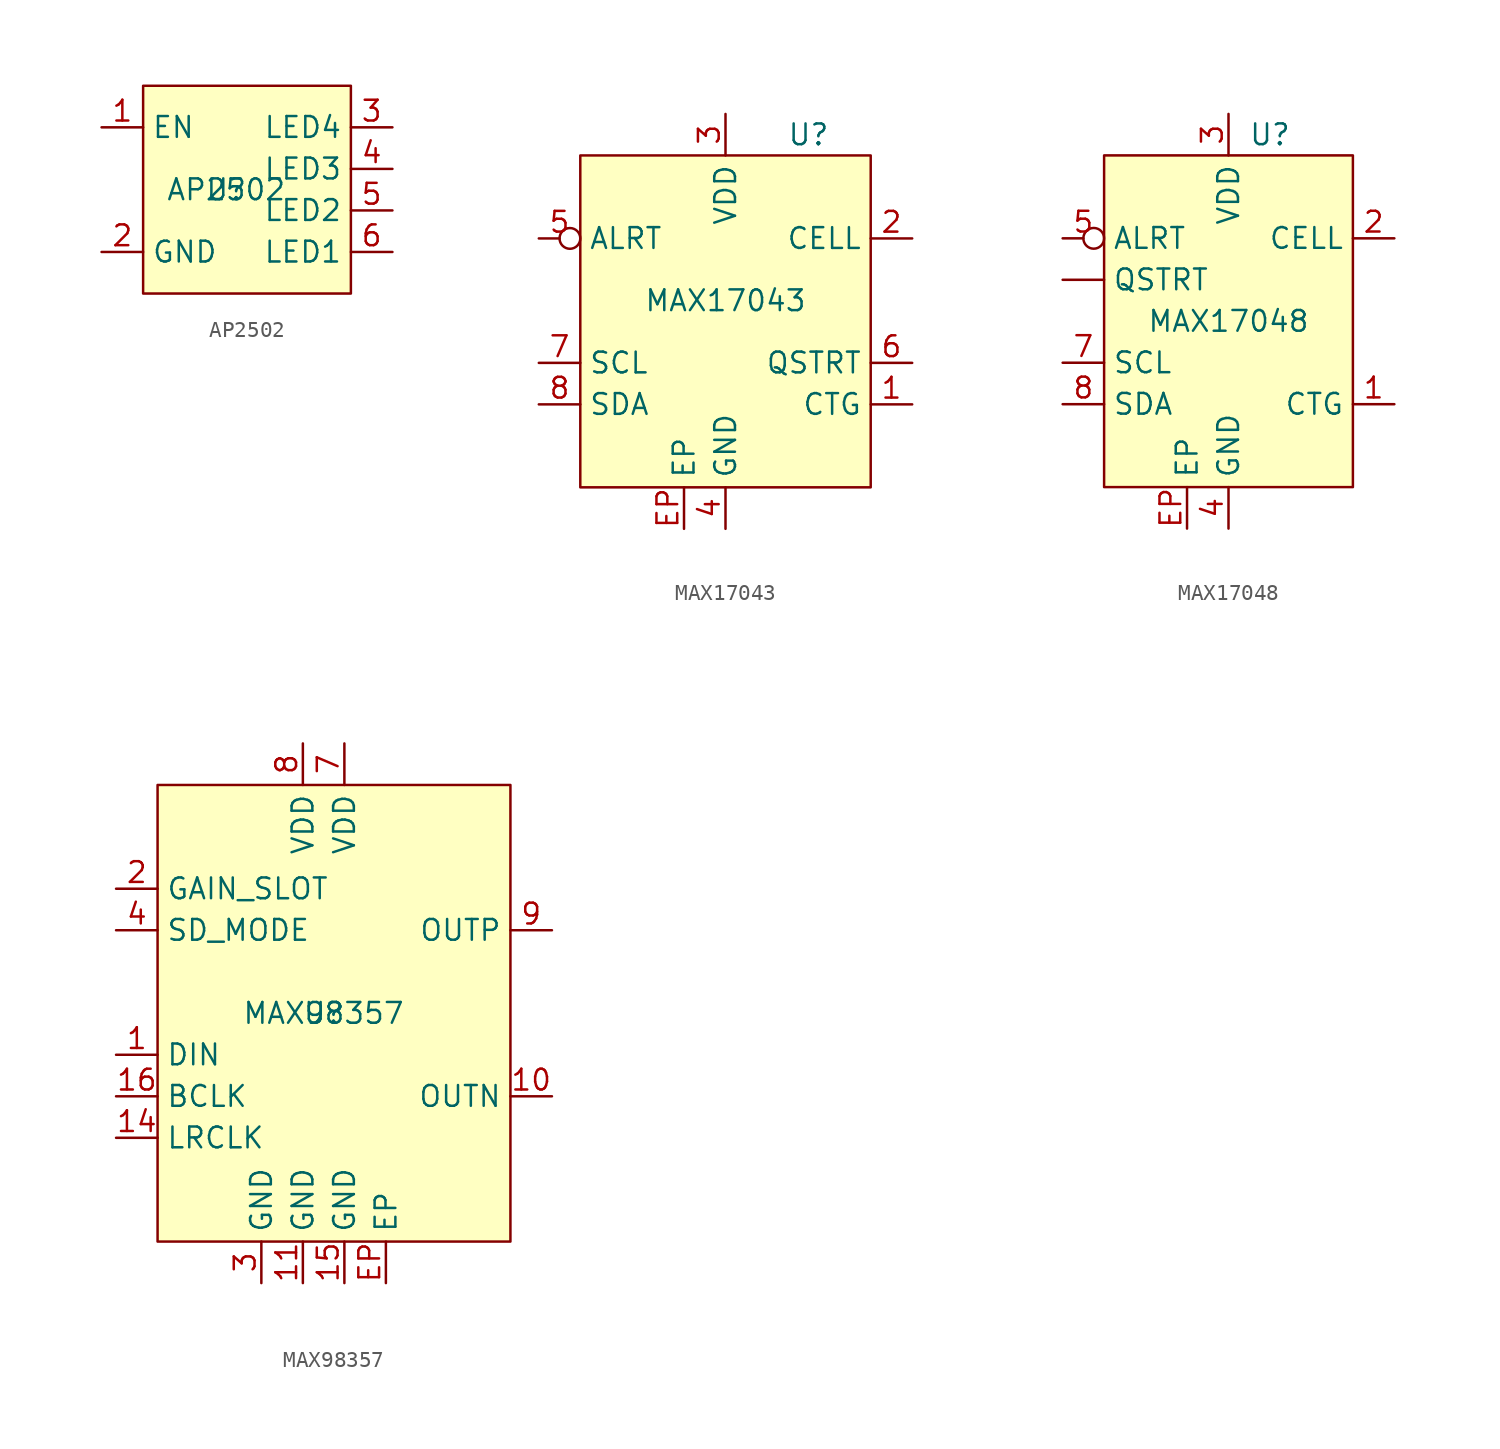
<source format=kicad_sym>
(kicad_symbol_lib
  (version 20220914)
  (generator kicad_symbol_editor)
  (symbol "AP2502"
    (property "Reference" "U"
      (at 0 0 0)
      (effects (font (size 1.27 1.27))))
    (property "Value" "AP2502"
      (at 0 0 0)
      (effects (font (size 1.27 1.27))))
    (symbol "AP2502_1_1"
      (rectangle (start -5.08 6.35) (end 7.62 -6.35) (stroke (width 0) (type default)) (fill (type background)))
      (pin input line (at -7.62 3.81 0) (length 2.54) (name "EN" (effects (font (size 1.27 1.27)))) (number "1" (effects (font (size 1.27 1.27)))))
      (pin power_in line (at -7.62 -3.81 0) (length 2.54) (name "GND" (effects (font (size 1.27 1.27)))) (number "2" (effects (font (size 1.27 1.27)))))
      (pin bidirectional line (at 10.16 3.81 180) (length 2.54) (name "LED4" (effects (font (size 1.27 1.27)))) (number "3" (effects (font (size 1.27 1.27)))))
      (pin bidirectional line (at 10.16 1.27 180) (length 2.54) (name "LED3" (effects (font (size 1.27 1.27)))) (number "4" (effects (font (size 1.27 1.27)))))
      (pin bidirectional line (at 10.16 -1.27 180) (length 2.54) (name "LED2" (effects (font (size 1.27 1.27)))) (number "5" (effects (font (size 1.27 1.27)))))
      (pin bidirectional line (at 10.16 -3.81 180) (length 2.54) (name "LED1" (effects (font (size 1.27 1.27)))) (number "6" (effects (font (size 1.27 1.27)))))))
  (symbol "MAX17043"
    (property "Reference" "U"
      (at 5.08 11.43 0)
      (effects (font (size 1.27 1.27))))
    (property "Value" "MAX17043"
      (at 0 1.27 0)
      (effects (font (size 1.27 1.27))))
    (symbol "MAX17043_1_1"
      (rectangle (start -8.89 10.16) (end 8.89 -10.16) (stroke (width 0) (type default)) (fill (type background)))
      (pin input line (at 11.43 -5.08 180) (length 2.54) (name "CTG" (effects (font (size 1.27 1.27)))) (number "1" (effects (font (size 1.27 1.27)))))
      (pin input line (at 11.43 5.08 180) (length 2.54) (name "CELL" (effects (font (size 1.27 1.27)))) (number "2" (effects (font (size 1.27 1.27)))))
      (pin power_in line (at 0 12.7 270) (length 2.54) (name "VDD" (effects (font (size 1.27 1.27)))) (number "3" (effects (font (size 1.27 1.27)))))
      (pin power_in line (at 0 -12.7 90) (length 2.54) (name "GND" (effects (font (size 1.27 1.27)))) (number "4" (effects (font (size 1.27 1.27)))))
      (pin input inverted (at -11.43 5.08 0) (length 2.54) (name "ALRT" (effects (font (size 1.27 1.27)))) (number "5" (effects (font (size 1.27 1.27)))))
      (pin input line (at 11.43 -2.54 180) (length 2.54) (name "QSTRT" (effects (font (size 1.27 1.27)))) (number "6" (effects (font (size 1.27 1.27)))))
      (pin input line (at -11.43 -2.54 0) (length 2.54) (name "SCL" (effects (font (size 1.27 1.27)))) (number "7" (effects (font (size 1.27 1.27)))))
      (pin bidirectional line (at -11.43 -5.08 0) (length 2.54) (name "SDA" (effects (font (size 1.27 1.27)))) (number "8" (effects (font (size 1.27 1.27)))))
      (pin input line (at -2.54 -12.7 90) (length 2.54) (name "EP" (effects (font (size 1.27 1.27)))) (number "EP" (effects (font (size 1.27 1.27)))))))
  (symbol "MAX17048"
    (property "Reference" "U"
      (at 2.54 11.43 0)
      (effects (font (size 1.27 1.27))))
    (property "Value" "MAX17048"
      (at 0 0 0)
      (effects (font (size 1.27 1.27))))
    (symbol "MAX17048_1_1"
      (rectangle (start -7.62 10.16) (end 7.62 -10.16) (stroke (width 0) (type default)) (fill (type background)))
      (pin input line (at -10.16 2.54 0) (length 2.54) (name "QSTRT" (effects (font (size 1.27 1.27)))) (number "" (effects (font (size 1.27 1.27)))))
      (pin input line (at 10.16 -5.08 180) (length 2.54) (name "CTG" (effects (font (size 1.27 1.27)))) (number "1" (effects (font (size 1.27 1.27)))))
      (pin input line (at 10.16 5.08 180) (length 2.54) (name "CELL" (effects (font (size 1.27 1.27)))) (number "2" (effects (font (size 1.27 1.27)))))
      (pin power_in line (at 0 12.7 270) (length 2.54) (name "VDD" (effects (font (size 1.27 1.27)))) (number "3" (effects (font (size 1.27 1.27)))))
      (pin power_in line (at 0 -12.7 90) (length 2.54) (name "GND" (effects (font (size 1.27 1.27)))) (number "4" (effects (font (size 1.27 1.27)))))
      (pin output inverted (at -10.16 5.08 0) (length 2.54) (name "ALRT" (effects (font (size 1.27 1.27)))) (number "5" (effects (font (size 1.27 1.27)))))
      (pin input line (at -10.16 -2.54 0) (length 2.54) (name "SCL" (effects (font (size 1.27 1.27)))) (number "7" (effects (font (size 1.27 1.27)))))
      (pin bidirectional line (at -10.16 -5.08 0) (length 2.54) (name "SDA" (effects (font (size 1.27 1.27)))) (number "8" (effects (font (size 1.27 1.27)))))
      (pin input line (at -2.54 -12.7 90) (length 2.54) (name "EP" (effects (font (size 1.27 1.27)))) (number "EP" (effects (font (size 1.27 1.27)))))))
  (symbol "MAX98357"
    (property "Reference" "U"
      (at 0 0 0)
      (effects (font (size 1.27 1.27))))
    (property "Value" "MAX98357"
      (at 0 0 0)
      (effects (font (size 1.27 1.27))))
    (symbol "MAX98357_1_1"
      (rectangle (start -10.16 13.97) (end 11.43 -13.97) (stroke (width 0) (type default)) (fill (type background)))
      (pin input line (at -12.7 -2.54 0) (length 2.54) (name "DIN" (effects (font (size 1.27 1.27)))) (number "1" (effects (font (size 1.27 1.27)))))
      (pin output line (at 13.97 -5.08 180) (length 2.54) (name "OUTN" (effects (font (size 1.27 1.27)))) (number "10" (effects (font (size 1.27 1.27)))))
      (pin power_in line (at -1.27 -16.51 90) (length 2.54) (name "GND" (effects (font (size 1.27 1.27)))) (number "11" (effects (font (size 1.27 1.27)))))
      (pin input line (at -12.7 -7.62 0) (length 2.54) (name "LRCLK" (effects (font (size 1.27 1.27)))) (number "14" (effects (font (size 1.27 1.27)))))
      (pin power_in line (at 1.27 -16.51 90) (length 2.54) (name "GND" (effects (font (size 1.27 1.27)))) (number "15" (effects (font (size 1.27 1.27)))))
      (pin input line (at -12.7 -5.08 0) (length 2.54) (name "BCLK" (effects (font (size 1.27 1.27)))) (number "16" (effects (font (size 1.27 1.27)))))
      (pin input line (at -12.7 7.62 0) (length 2.54) (name "GAIN_SLOT" (effects (font (size 1.27 1.27)))) (number "2" (effects (font (size 1.27 1.27)))))
      (pin power_in line (at -3.81 -16.51 90) (length 2.54) (name "GND" (effects (font (size 1.27 1.27)))) (number "3" (effects (font (size 1.27 1.27)))))
      (pin input line (at -12.7 5.08 0) (length 2.54) (name "SD_MODE" (effects (font (size 1.27 1.27)))) (number "4" (effects (font (size 1.27 1.27)))))
      (pin input line (at 1.27 16.51 270) (length 2.54) (name "VDD" (effects (font (size 1.27 1.27)))) (number "7" (effects (font (size 1.27 1.27)))))
      (pin input line (at -1.27 16.51 270) (length 2.54) (name "VDD" (effects (font (size 1.27 1.27)))) (number "8" (effects (font (size 1.27 1.27)))))
      (pin output line (at 13.97 5.08 180) (length 2.54) (name "OUTP" (effects (font (size 1.27 1.27)))) (number "9" (effects (font (size 1.27 1.27)))))
      (pin input line (at 3.81 -16.51 90) (length 2.54) (name "EP" (effects (font (size 1.27 1.27)))) (number "EP" (effects (font (size 1.27 1.27))))))))
</source>
